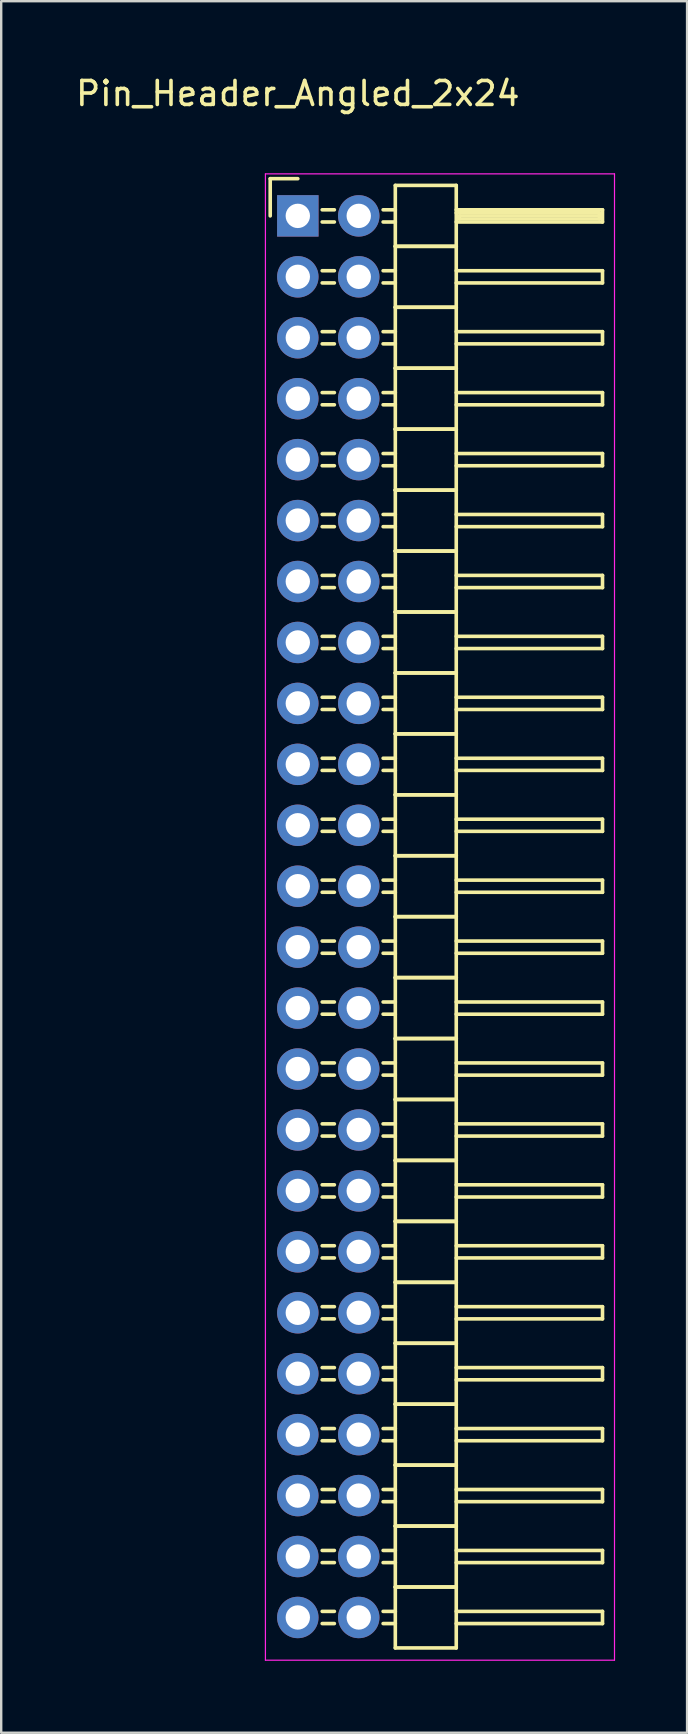
<source format=kicad_pcb>
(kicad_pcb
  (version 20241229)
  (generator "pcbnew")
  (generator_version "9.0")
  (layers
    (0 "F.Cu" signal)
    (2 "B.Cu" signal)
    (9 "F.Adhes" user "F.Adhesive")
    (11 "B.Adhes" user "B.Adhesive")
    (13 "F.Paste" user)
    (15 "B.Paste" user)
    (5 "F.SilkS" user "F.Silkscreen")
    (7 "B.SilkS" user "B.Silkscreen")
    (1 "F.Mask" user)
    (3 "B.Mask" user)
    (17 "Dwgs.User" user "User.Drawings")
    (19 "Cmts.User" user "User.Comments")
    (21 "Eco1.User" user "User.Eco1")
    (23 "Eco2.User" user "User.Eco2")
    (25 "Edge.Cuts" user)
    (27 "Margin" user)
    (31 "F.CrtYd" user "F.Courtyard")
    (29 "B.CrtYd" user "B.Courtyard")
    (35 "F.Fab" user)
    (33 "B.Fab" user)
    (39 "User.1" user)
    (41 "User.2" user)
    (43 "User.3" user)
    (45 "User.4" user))
  (footprint "Pin_Header_Angled_2x24"
    (layer "F.Cu")
    (at 9.363 5.948)
    (property "Reference" "Pin_Header_Angled_2x24" (at 0 -5.1 0) (layer "F.SilkS") (effects (font (size 1 1) (thickness 0.15))))
    (attr through_hole)
    (fp_line (start -1.15 -1.55) (end -1.15 0) (stroke (width 0.15) (type solid)) (layer "F.SilkS"))
    (fp_line (start 0 -1.55) (end -1.15 -1.55) (stroke (width 0.15) (type solid)) (layer "F.SilkS"))
    (fp_line (start 1.524 -0.254) (end 1.016 -0.254) (stroke (width 0.15) (type solid)) (layer "F.SilkS"))
    (fp_line (start 1.524 0.254) (end 1.016 0.254) (stroke (width 0.15) (type solid)) (layer "F.SilkS"))
    (fp_line (start 1.524 2.286) (end 1.016 2.286) (stroke (width 0.15) (type solid)) (layer "F.SilkS"))
    (fp_line (start 1.524 2.794) (end 1.016 2.794) (stroke (width 0.15) (type solid)) (layer "F.SilkS"))
    (fp_line (start 1.524 4.826) (end 1.016 4.826) (stroke (width 0.15) (type solid)) (layer "F.SilkS"))
    (fp_line (start 1.524 5.334) (end 1.016 5.334) (stroke (width 0.15) (type solid)) (layer "F.SilkS"))
    (fp_line (start 1.524 7.366) (end 1.016 7.366) (stroke (width 0.15) (type solid)) (layer "F.SilkS"))
    (fp_line (start 1.524 7.874) (end 1.016 7.874) (stroke (width 0.15) (type solid)) (layer "F.SilkS"))
    (fp_line (start 1.524 9.906) (end 1.016 9.906) (stroke (width 0.15) (type solid)) (layer "F.SilkS"))
    (fp_line (start 1.524 10.414) (end 1.016 10.414) (stroke (width 0.15) (type solid)) (layer "F.SilkS"))
    (fp_line (start 1.524 12.446) (end 1.016 12.446) (stroke (width 0.15) (type solid)) (layer "F.SilkS"))
    (fp_line (start 1.524 12.954) (end 1.016 12.954) (stroke (width 0.15) (type solid)) (layer "F.SilkS"))
    (fp_line (start 1.524 14.986) (end 1.016 14.986) (stroke (width 0.15) (type solid)) (layer "F.SilkS"))
    (fp_line (start 1.524 15.494) (end 1.016 15.494) (stroke (width 0.15) (type solid)) (layer "F.SilkS"))
    (fp_line (start 1.524 17.526) (end 1.016 17.526) (stroke (width 0.15) (type solid)) (layer "F.SilkS"))
    (fp_line (start 1.524 18.034) (end 1.016 18.034) (stroke (width 0.15) (type solid)) (layer "F.SilkS"))
    (fp_line (start 1.524 20.066) (end 1.016 20.066) (stroke (width 0.15) (type solid)) (layer "F.SilkS"))
    (fp_line (start 1.524 20.574) (end 1.016 20.574) (stroke (width 0.15) (type solid)) (layer "F.SilkS"))
    (fp_line (start 1.524 22.606) (end 1.016 22.606) (stroke (width 0.15) (type solid)) (layer "F.SilkS"))
    (fp_line (start 1.524 23.114) (end 1.016 23.114) (stroke (width 0.15) (type solid)) (layer "F.SilkS"))
    (fp_line (start 1.524 25.146) (end 1.016 25.146) (stroke (width 0.15) (type solid)) (layer "F.SilkS"))
    (fp_line (start 1.524 25.654) (end 1.016 25.654) (stroke (width 0.15) (type solid)) (layer "F.SilkS"))
    (fp_line (start 1.524 27.686) (end 1.016 27.686) (stroke (width 0.15) (type solid)) (layer "F.SilkS"))
    (fp_line (start 1.524 28.194) (end 1.016 28.194) (stroke (width 0.15) (type solid)) (layer "F.SilkS"))
    (fp_line (start 1.524 30.226) (end 1.016 30.226) (stroke (width 0.15) (type solid)) (layer "F.SilkS"))
    (fp_line (start 1.524 30.734) (end 1.016 30.734) (stroke (width 0.15) (type solid)) (layer "F.SilkS"))
    (fp_line (start 1.524 32.766) (end 1.016 32.766) (stroke (width 0.15) (type solid)) (layer "F.SilkS"))
    (fp_line (start 1.524 33.274) (end 1.016 33.274) (stroke (width 0.15) (type solid)) (layer "F.SilkS"))
    (fp_line (start 1.524 35.306) (end 1.016 35.306) (stroke (width 0.15) (type solid)) (layer "F.SilkS"))
    (fp_line (start 1.524 35.814) (end 1.016 35.814) (stroke (width 0.15) (type solid)) (layer "F.SilkS"))
    (fp_line (start 1.524 37.846) (end 1.016 37.846) (stroke (width 0.15) (type solid)) (layer "F.SilkS"))
    (fp_line (start 1.524 38.354) (end 1.016 38.354) (stroke (width 0.15) (type solid)) (layer "F.SilkS"))
    (fp_line (start 1.524 40.386) (end 1.016 40.386) (stroke (width 0.15) (type solid)) (layer "F.SilkS"))
    (fp_line (start 1.524 40.894) (end 1.016 40.894) (stroke (width 0.15) (type solid)) (layer "F.SilkS"))
    (fp_line (start 1.524 42.926) (end 1.016 42.926) (stroke (width 0.15) (type solid)) (layer "F.SilkS"))
    (fp_line (start 1.524 43.434) (end 1.016 43.434) (stroke (width 0.15) (type solid)) (layer "F.SilkS"))
    (fp_line (start 1.524 45.466) (end 1.016 45.466) (stroke (width 0.15) (type solid)) (layer "F.SilkS"))
    (fp_line (start 1.524 45.974) (end 1.016 45.974) (stroke (width 0.15) (type solid)) (layer "F.SilkS"))
    (fp_line (start 1.524 48.006) (end 1.016 48.006) (stroke (width 0.15) (type solid)) (layer "F.SilkS"))
    (fp_line (start 1.524 48.514) (end 1.016 48.514) (stroke (width 0.15) (type solid)) (layer "F.SilkS"))
    (fp_line (start 1.524 50.546) (end 1.016 50.546) (stroke (width 0.15) (type solid)) (layer "F.SilkS"))
    (fp_line (start 1.524 51.054) (end 1.016 51.054) (stroke (width 0.15) (type solid)) (layer "F.SilkS"))
    (fp_line (start 1.524 53.086) (end 1.016 53.086) (stroke (width 0.15) (type solid)) (layer "F.SilkS"))
    (fp_line (start 1.524 53.594) (end 1.016 53.594) (stroke (width 0.15) (type solid)) (layer "F.SilkS"))
    (fp_line (start 1.524 55.626) (end 1.016 55.626) (stroke (width 0.15) (type solid)) (layer "F.SilkS"))
    (fp_line (start 1.524 56.134) (end 1.016 56.134) (stroke (width 0.15) (type solid)) (layer "F.SilkS"))
    (fp_line (start 1.524 58.166) (end 1.016 58.166) (stroke (width 0.15) (type solid)) (layer "F.SilkS"))
    (fp_line (start 1.524 58.674) (end 1.016 58.674) (stroke (width 0.15) (type solid)) (layer "F.SilkS"))
    (fp_line (start 4.064 -1.27) (end 4.064 1.27) (stroke (width 0.15) (type solid)) (layer "F.SilkS"))
    (fp_line (start 4.064 -1.27) (end 6.604 -1.27) (stroke (width 0.15) (type solid)) (layer "F.SilkS"))
    (fp_line (start 4.064 -0.254) (end 3.556 -0.254) (stroke (width 0.15) (type solid)) (layer "F.SilkS"))
    (fp_line (start 4.064 0.254) (end 3.556 0.254) (stroke (width 0.15) (type solid)) (layer "F.SilkS"))
    (fp_line (start 4.064 1.27) (end 4.064 3.81) (stroke (width 0.15) (type solid)) (layer "F.SilkS"))
    (fp_line (start 4.064 1.27) (end 6.604 1.27) (stroke (width 0.15) (type solid)) (layer "F.SilkS"))
    (fp_line (start 4.064 1.27) (end 6.604 1.27) (stroke (width 0.15) (type solid)) (layer "F.SilkS"))
    (fp_line (start 4.064 2.286) (end 3.556 2.286) (stroke (width 0.15) (type solid)) (layer "F.SilkS"))
    (fp_line (start 4.064 2.794) (end 3.556 2.794) (stroke (width 0.15) (type solid)) (layer "F.SilkS"))
    (fp_line (start 4.064 3.81) (end 4.064 6.35) (stroke (width 0.15) (type solid)) (layer "F.SilkS"))
    (fp_line (start 4.064 3.81) (end 6.604 3.81) (stroke (width 0.15) (type solid)) (layer "F.SilkS"))
    (fp_line (start 4.064 3.81) (end 6.604 3.81) (stroke (width 0.15) (type solid)) (layer "F.SilkS"))
    (fp_line (start 4.064 4.826) (end 3.556 4.826) (stroke (width 0.15) (type solid)) (layer "F.SilkS"))
    (fp_line (start 4.064 5.334) (end 3.556 5.334) (stroke (width 0.15) (type solid)) (layer "F.SilkS"))
    (fp_line (start 4.064 6.35) (end 4.064 8.89) (stroke (width 0.15) (type solid)) (layer "F.SilkS"))
    (fp_line (start 4.064 6.35) (end 6.604 6.35) (stroke (width 0.15) (type solid)) (layer "F.SilkS"))
    (fp_line (start 4.064 6.35) (end 6.604 6.35) (stroke (width 0.15) (type solid)) (layer "F.SilkS"))
    (fp_line (start 4.064 7.366) (end 3.556 7.366) (stroke (width 0.15) (type solid)) (layer "F.SilkS"))
    (fp_line (start 4.064 7.874) (end 3.556 7.874) (stroke (width 0.15) (type solid)) (layer "F.SilkS"))
    (fp_line (start 4.064 8.89) (end 4.064 11.43) (stroke (width 0.15) (type solid)) (layer "F.SilkS"))
    (fp_line (start 4.064 8.89) (end 6.604 8.89) (stroke (width 0.15) (type solid)) (layer "F.SilkS"))
    (fp_line (start 4.064 8.89) (end 6.604 8.89) (stroke (width 0.15) (type solid)) (layer "F.SilkS"))
    (fp_line (start 4.064 9.906) (end 3.556 9.906) (stroke (width 0.15) (type solid)) (layer "F.SilkS"))
    (fp_line (start 4.064 10.414) (end 3.556 10.414) (stroke (width 0.15) (type solid)) (layer "F.SilkS"))
    (fp_line (start 4.064 11.43) (end 4.064 13.97) (stroke (width 0.15) (type solid)) (layer "F.SilkS"))
    (fp_line (start 4.064 11.43) (end 6.604 11.43) (stroke (width 0.15) (type solid)) (layer "F.SilkS"))
    (fp_line (start 4.064 11.43) (end 6.604 11.43) (stroke (width 0.15) (type solid)) (layer "F.SilkS"))
    (fp_line (start 4.064 12.446) (end 3.556 12.446) (stroke (width 0.15) (type solid)) (layer "F.SilkS"))
    (fp_line (start 4.064 12.954) (end 3.556 12.954) (stroke (width 0.15) (type solid)) (layer "F.SilkS"))
    (fp_line (start 4.064 13.97) (end 4.064 16.51) (stroke (width 0.15) (type solid)) (layer "F.SilkS"))
    (fp_line (start 4.064 13.97) (end 6.604 13.97) (stroke (width 0.15) (type solid)) (layer "F.SilkS"))
    (fp_line (start 4.064 13.97) (end 6.604 13.97) (stroke (width 0.15) (type solid)) (layer "F.SilkS"))
    (fp_line (start 4.064 14.986) (end 3.556 14.986) (stroke (width 0.15) (type solid)) (layer "F.SilkS"))
    (fp_line (start 4.064 15.494) (end 3.556 15.494) (stroke (width 0.15) (type solid)) (layer "F.SilkS"))
    (fp_line (start 4.064 16.51) (end 4.064 19.05) (stroke (width 0.15) (type solid)) (layer "F.SilkS"))
    (fp_line (start 4.064 16.51) (end 6.604 16.51) (stroke (width 0.15) (type solid)) (layer "F.SilkS"))
    (fp_line (start 4.064 16.51) (end 6.604 16.51) (stroke (width 0.15) (type solid)) (layer "F.SilkS"))
    (fp_line (start 4.064 17.526) (end 3.556 17.526) (stroke (width 0.15) (type solid)) (layer "F.SilkS"))
    (fp_line (start 4.064 18.034) (end 3.556 18.034) (stroke (width 0.15) (type solid)) (layer "F.SilkS"))
    (fp_line (start 4.064 19.05) (end 4.064 21.59) (stroke (width 0.15) (type solid)) (layer "F.SilkS"))
    (fp_line (start 4.064 19.05) (end 6.604 19.05) (stroke (width 0.15) (type solid)) (layer "F.SilkS"))
    (fp_line (start 4.064 19.05) (end 6.604 19.05) (stroke (width 0.15) (type solid)) (layer "F.SilkS"))
    (fp_line (start 4.064 20.066) (end 3.556 20.066) (stroke (width 0.15) (type solid)) (layer "F.SilkS"))
    (fp_line (start 4.064 20.574) (end 3.556 20.574) (stroke (width 0.15) (type solid)) (layer "F.SilkS"))
    (fp_line (start 4.064 21.59) (end 4.064 24.13) (stroke (width 0.15) (type solid)) (layer "F.SilkS"))
    (fp_line (start 4.064 21.59) (end 6.604 21.59) (stroke (width 0.15) (type solid)) (layer "F.SilkS"))
    (fp_line (start 4.064 21.59) (end 6.604 21.59) (stroke (width 0.15) (type solid)) (layer "F.SilkS"))
    (fp_line (start 4.064 22.606) (end 3.556 22.606) (stroke (width 0.15) (type solid)) (layer "F.SilkS"))
    (fp_line (start 4.064 23.114) (end 3.556 23.114) (stroke (width 0.15) (type solid)) (layer "F.SilkS"))
    (fp_line (start 4.064 24.13) (end 4.064 26.67) (stroke (width 0.15) (type solid)) (layer "F.SilkS"))
    (fp_line (start 4.064 24.13) (end 6.604 24.13) (stroke (width 0.15) (type solid)) (layer "F.SilkS"))
    (fp_line (start 4.064 24.13) (end 6.604 24.13) (stroke (width 0.15) (type solid)) (layer "F.SilkS"))
    (fp_line (start 4.064 25.146) (end 3.556 25.146) (stroke (width 0.15) (type solid)) (layer "F.SilkS"))
    (fp_line (start 4.064 25.654) (end 3.556 25.654) (stroke (width 0.15) (type solid)) (layer "F.SilkS"))
    (fp_line (start 4.064 26.67) (end 4.064 29.21) (stroke (width 0.15) (type solid)) (layer "F.SilkS"))
    (fp_line (start 4.064 26.67) (end 6.604 26.67) (stroke (width 0.15) (type solid)) (layer "F.SilkS"))
    (fp_line (start 4.064 26.67) (end 6.604 26.67) (stroke (width 0.15) (type solid)) (layer "F.SilkS"))
    (fp_line (start 4.064 27.686) (end 3.556 27.686) (stroke (width 0.15) (type solid)) (layer "F.SilkS"))
    (fp_line (start 4.064 28.194) (end 3.556 28.194) (stroke (width 0.15) (type solid)) (layer "F.SilkS"))
    (fp_line (start 4.064 29.21) (end 4.064 31.75) (stroke (width 0.15) (type solid)) (layer "F.SilkS"))
    (fp_line (start 4.064 29.21) (end 6.604 29.21) (stroke (width 0.15) (type solid)) (layer "F.SilkS"))
    (fp_line (start 4.064 29.21) (end 6.604 29.21) (stroke (width 0.15) (type solid)) (layer "F.SilkS"))
    (fp_line (start 4.064 30.226) (end 3.556 30.226) (stroke (width 0.15) (type solid)) (layer "F.SilkS"))
    (fp_line (start 4.064 30.734) (end 3.556 30.734) (stroke (width 0.15) (type solid)) (layer "F.SilkS"))
    (fp_line (start 4.064 31.75) (end 4.064 34.29) (stroke (width 0.15) (type solid)) (layer "F.SilkS"))
    (fp_line (start 4.064 31.75) (end 6.604 31.75) (stroke (width 0.15) (type solid)) (layer "F.SilkS"))
    (fp_line (start 4.064 31.75) (end 6.604 31.75) (stroke (width 0.15) (type solid)) (layer "F.SilkS"))
    (fp_line (start 4.064 32.766) (end 3.556 32.766) (stroke (width 0.15) (type solid)) (layer "F.SilkS"))
    (fp_line (start 4.064 33.274) (end 3.556 33.274) (stroke (width 0.15) (type solid)) (layer "F.SilkS"))
    (fp_line (start 4.064 34.29) (end 4.064 36.83) (stroke (width 0.15) (type solid)) (layer "F.SilkS"))
    (fp_line (start 4.064 34.29) (end 6.604 34.29) (stroke (width 0.15) (type solid)) (layer "F.SilkS"))
    (fp_line (start 4.064 34.29) (end 6.604 34.29) (stroke (width 0.15) (type solid)) (layer "F.SilkS"))
    (fp_line (start 4.064 35.306) (end 3.556 35.306) (stroke (width 0.15) (type solid)) (layer "F.SilkS"))
    (fp_line (start 4.064 35.814) (end 3.556 35.814) (stroke (width 0.15) (type solid)) (layer "F.SilkS"))
    (fp_line (start 4.064 36.83) (end 4.064 39.37) (stroke (width 0.15) (type solid)) (layer "F.SilkS"))
    (fp_line (start 4.064 36.83) (end 6.604 36.83) (stroke (width 0.15) (type solid)) (layer "F.SilkS"))
    (fp_line (start 4.064 36.83) (end 6.604 36.83) (stroke (width 0.15) (type solid)) (layer "F.SilkS"))
    (fp_line (start 4.064 37.846) (end 3.556 37.846) (stroke (width 0.15) (type solid)) (layer "F.SilkS"))
    (fp_line (start 4.064 38.354) (end 3.556 38.354) (stroke (width 0.15) (type solid)) (layer "F.SilkS"))
    (fp_line (start 4.064 39.37) (end 4.064 41.91) (stroke (width 0.15) (type solid)) (layer "F.SilkS"))
    (fp_line (start 4.064 39.37) (end 6.604 39.37) (stroke (width 0.15) (type solid)) (layer "F.SilkS"))
    (fp_line (start 4.064 39.37) (end 6.604 39.37) (stroke (width 0.15) (type solid)) (layer "F.SilkS"))
    (fp_line (start 4.064 40.386) (end 3.556 40.386) (stroke (width 0.15) (type solid)) (layer "F.SilkS"))
    (fp_line (start 4.064 40.894) (end 3.556 40.894) (stroke (width 0.15) (type solid)) (layer "F.SilkS"))
    (fp_line (start 4.064 41.91) (end 4.064 44.45) (stroke (width 0.15) (type solid)) (layer "F.SilkS"))
    (fp_line (start 4.064 41.91) (end 6.604 41.91) (stroke (width 0.15) (type solid)) (layer "F.SilkS"))
    (fp_line (start 4.064 41.91) (end 6.604 41.91) (stroke (width 0.15) (type solid)) (layer "F.SilkS"))
    (fp_line (start 4.064 42.926) (end 3.556 42.926) (stroke (width 0.15) (type solid)) (layer "F.SilkS"))
    (fp_line (start 4.064 43.434) (end 3.556 43.434) (stroke (width 0.15) (type solid)) (layer "F.SilkS"))
    (fp_line (start 4.064 44.45) (end 4.064 46.99) (stroke (width 0.15) (type solid)) (layer "F.SilkS"))
    (fp_line (start 4.064 44.45) (end 6.604 44.45) (stroke (width 0.15) (type solid)) (layer "F.SilkS"))
    (fp_line (start 4.064 44.45) (end 6.604 44.45) (stroke (width 0.15) (type solid)) (layer "F.SilkS"))
    (fp_line (start 4.064 45.466) (end 3.556 45.466) (stroke (width 0.15) (type solid)) (layer "F.SilkS"))
    (fp_line (start 4.064 45.974) (end 3.556 45.974) (stroke (width 0.15) (type solid)) (layer "F.SilkS"))
    (fp_line (start 4.064 46.99) (end 4.064 49.53) (stroke (width 0.15) (type solid)) (layer "F.SilkS"))
    (fp_line (start 4.064 46.99) (end 6.604 46.99) (stroke (width 0.15) (type solid)) (layer "F.SilkS"))
    (fp_line (start 4.064 46.99) (end 6.604 46.99) (stroke (width 0.15) (type solid)) (layer "F.SilkS"))
    (fp_line (start 4.064 48.006) (end 3.556 48.006) (stroke (width 0.15) (type solid)) (layer "F.SilkS"))
    (fp_line (start 4.064 48.514) (end 3.556 48.514) (stroke (width 0.15) (type solid)) (layer "F.SilkS"))
    (fp_line (start 4.064 49.53) (end 4.064 52.07) (stroke (width 0.15) (type solid)) (layer "F.SilkS"))
    (fp_line (start 4.064 49.53) (end 6.604 49.53) (stroke (width 0.15) (type solid)) (layer "F.SilkS"))
    (fp_line (start 4.064 49.53) (end 6.604 49.53) (stroke (width 0.15) (type solid)) (layer "F.SilkS"))
    (fp_line (start 4.064 50.546) (end 3.556 50.546) (stroke (width 0.15) (type solid)) (layer "F.SilkS"))
    (fp_line (start 4.064 51.054) (end 3.556 51.054) (stroke (width 0.15) (type solid)) (layer "F.SilkS"))
    (fp_line (start 4.064 52.07) (end 4.064 54.61) (stroke (width 0.15) (type solid)) (layer "F.SilkS"))
    (fp_line (start 4.064 52.07) (end 6.604 52.07) (stroke (width 0.15) (type solid)) (layer "F.SilkS"))
    (fp_line (start 4.064 52.07) (end 6.604 52.07) (stroke (width 0.15) (type solid)) (layer "F.SilkS"))
    (fp_line (start 4.064 53.086) (end 3.556 53.086) (stroke (width 0.15) (type solid)) (layer "F.SilkS"))
    (fp_line (start 4.064 53.594) (end 3.556 53.594) (stroke (width 0.15) (type solid)) (layer "F.SilkS"))
    (fp_line (start 4.064 54.61) (end 4.064 57.15) (stroke (width 0.15) (type solid)) (layer "F.SilkS"))
    (fp_line (start 4.064 54.61) (end 6.604 54.61) (stroke (width 0.15) (type solid)) (layer "F.SilkS"))
    (fp_line (start 4.064 54.61) (end 6.604 54.61) (stroke (width 0.15) (type solid)) (layer "F.SilkS"))
    (fp_line (start 4.064 55.626) (end 3.556 55.626) (stroke (width 0.15) (type solid)) (layer "F.SilkS"))
    (fp_line (start 4.064 56.134) (end 3.556 56.134) (stroke (width 0.15) (type solid)) (layer "F.SilkS"))
    (fp_line (start 4.064 57.15) (end 4.064 59.69) (stroke (width 0.15) (type solid)) (layer "F.SilkS"))
    (fp_line (start 4.064 57.15) (end 6.604 57.15) (stroke (width 0.15) (type solid)) (layer "F.SilkS"))
    (fp_line (start 4.064 57.15) (end 6.604 57.15) (stroke (width 0.15) (type solid)) (layer "F.SilkS"))
    (fp_line (start 4.064 58.166) (end 3.556 58.166) (stroke (width 0.15) (type solid)) (layer "F.SilkS"))
    (fp_line (start 4.064 58.674) (end 3.556 58.674) (stroke (width 0.15) (type solid)) (layer "F.SilkS"))
    (fp_line (start 4.064 59.69) (end 6.604 59.69) (stroke (width 0.15) (type solid)) (layer "F.SilkS"))
    (fp_line (start 6.604 -0.254) (end 12.7 -0.254) (stroke (width 0.15) (type solid)) (layer "F.SilkS"))
    (fp_line (start 6.604 -0.127) (end 12.573 -0.127) (stroke (width 0.15) (type solid)) (layer "F.SilkS"))
    (fp_line (start 6.604 1.27) (end 6.604 -1.27) (stroke (width 0.15) (type solid)) (layer "F.SilkS"))
    (fp_line (start 6.604 2.286) (end 12.7 2.286) (stroke (width 0.15) (type solid)) (layer "F.SilkS"))
    (fp_line (start 6.604 3.81) (end 6.604 1.27) (stroke (width 0.15) (type solid)) (layer "F.SilkS"))
    (fp_line (start 6.604 4.826) (end 12.7 4.826) (stroke (width 0.15) (type solid)) (layer "F.SilkS"))
    (fp_line (start 6.604 6.35) (end 6.604 3.81) (stroke (width 0.15) (type solid)) (layer "F.SilkS"))
    (fp_line (start 6.604 7.366) (end 12.7 7.366) (stroke (width 0.15) (type solid)) (layer "F.SilkS"))
    (fp_line (start 6.604 8.89) (end 6.604 6.35) (stroke (width 0.15) (type solid)) (layer "F.SilkS"))
    (fp_line (start 6.604 9.906) (end 12.7 9.906) (stroke (width 0.15) (type solid)) (layer "F.SilkS"))
    (fp_line (start 6.604 11.43) (end 6.604 8.89) (stroke (width 0.15) (type solid)) (layer "F.SilkS"))
    (fp_line (start 6.604 12.446) (end 12.7 12.446) (stroke (width 0.15) (type solid)) (layer "F.SilkS"))
    (fp_line (start 6.604 13.97) (end 6.604 11.43) (stroke (width 0.15) (type solid)) (layer "F.SilkS"))
    (fp_line (start 6.604 14.986) (end 12.7 14.986) (stroke (width 0.15) (type solid)) (layer "F.SilkS"))
    (fp_line (start 6.604 16.51) (end 6.604 13.97) (stroke (width 0.15) (type solid)) (layer "F.SilkS"))
    (fp_line (start 6.604 17.526) (end 12.7 17.526) (stroke (width 0.15) (type solid)) (layer "F.SilkS"))
    (fp_line (start 6.604 19.05) (end 6.604 16.51) (stroke (width 0.15) (type solid)) (layer "F.SilkS"))
    (fp_line (start 6.604 20.066) (end 12.7 20.066) (stroke (width 0.15) (type solid)) (layer "F.SilkS"))
    (fp_line (start 6.604 21.59) (end 6.604 19.05) (stroke (width 0.15) (type solid)) (layer "F.SilkS"))
    (fp_line (start 6.604 22.606) (end 12.7 22.606) (stroke (width 0.15) (type solid)) (layer "F.SilkS"))
    (fp_line (start 6.604 24.13) (end 6.604 21.59) (stroke (width 0.15) (type solid)) (layer "F.SilkS"))
    (fp_line (start 6.604 25.146) (end 12.7 25.146) (stroke (width 0.15) (type solid)) (layer "F.SilkS"))
    (fp_line (start 6.604 26.67) (end 6.604 24.13) (stroke (width 0.15) (type solid)) (layer "F.SilkS"))
    (fp_line (start 6.604 27.686) (end 12.7 27.686) (stroke (width 0.15) (type solid)) (layer "F.SilkS"))
    (fp_line (start 6.604 29.21) (end 6.604 26.67) (stroke (width 0.15) (type solid)) (layer "F.SilkS"))
    (fp_line (start 6.604 30.226) (end 12.7 30.226) (stroke (width 0.15) (type solid)) (layer "F.SilkS"))
    (fp_line (start 6.604 31.75) (end 6.604 29.21) (stroke (width 0.15) (type solid)) (layer "F.SilkS"))
    (fp_line (start 6.604 32.766) (end 12.7 32.766) (stroke (width 0.15) (type solid)) (layer "F.SilkS"))
    (fp_line (start 6.604 34.29) (end 6.604 31.75) (stroke (width 0.15) (type solid)) (layer "F.SilkS"))
    (fp_line (start 6.604 35.306) (end 12.7 35.306) (stroke (width 0.15) (type solid)) (layer "F.SilkS"))
    (fp_line (start 6.604 36.83) (end 6.604 34.29) (stroke (width 0.15) (type solid)) (layer "F.SilkS"))
    (fp_line (start 6.604 37.846) (end 12.7 37.846) (stroke (width 0.15) (type solid)) (layer "F.SilkS"))
    (fp_line (start 6.604 39.37) (end 6.604 36.83) (stroke (width 0.15) (type solid)) (layer "F.SilkS"))
    (fp_line (start 6.604 40.386) (end 12.7 40.386) (stroke (width 0.15) (type solid)) (layer "F.SilkS"))
    (fp_line (start 6.604 41.91) (end 6.604 39.37) (stroke (width 0.15) (type solid)) (layer "F.SilkS"))
    (fp_line (start 6.604 42.926) (end 12.7 42.926) (stroke (width 0.15) (type solid)) (layer "F.SilkS"))
    (fp_line (start 6.604 44.45) (end 6.604 41.91) (stroke (width 0.15) (type solid)) (layer "F.SilkS"))
    (fp_line (start 6.604 45.466) (end 12.7 45.466) (stroke (width 0.15) (type solid)) (layer "F.SilkS"))
    (fp_line (start 6.604 46.99) (end 6.604 44.45) (stroke (width 0.15) (type solid)) (layer "F.SilkS"))
    (fp_line (start 6.604 48.006) (end 12.7 48.006) (stroke (width 0.15) (type solid)) (layer "F.SilkS"))
    (fp_line (start 6.604 49.53) (end 6.604 46.99) (stroke (width 0.15) (type solid)) (layer "F.SilkS"))
    (fp_line (start 6.604 50.546) (end 12.7 50.546) (stroke (width 0.15) (type solid)) (layer "F.SilkS"))
    (fp_line (start 6.604 52.07) (end 6.604 49.53) (stroke (width 0.15) (type solid)) (layer "F.SilkS"))
    (fp_line (start 6.604 53.086) (end 12.7 53.086) (stroke (width 0.15) (type solid)) (layer "F.SilkS"))
    (fp_line (start 6.604 54.61) (end 6.604 52.07) (stroke (width 0.15) (type solid)) (layer "F.SilkS"))
    (fp_line (start 6.604 55.626) (end 12.7 55.626) (stroke (width 0.15) (type solid)) (layer "F.SilkS"))
    (fp_line (start 6.604 57.15) (end 6.604 54.61) (stroke (width 0.15) (type solid)) (layer "F.SilkS"))
    (fp_line (start 6.604 58.166) (end 12.7 58.166) (stroke (width 0.15) (type solid)) (layer "F.SilkS"))
    (fp_line (start 6.604 59.69) (end 6.604 57.15) (stroke (width 0.15) (type solid)) (layer "F.SilkS"))
    (fp_line (start 6.731 0) (end 12.573 0) (stroke (width 0.15) (type solid)) (layer "F.SilkS"))
    (fp_line (start 6.731 0.127) (end 6.731 0) (stroke (width 0.15) (type solid)) (layer "F.SilkS"))
    (fp_line (start 12.573 -0.127) (end 12.573 0.127) (stroke (width 0.15) (type solid)) (layer "F.SilkS"))
    (fp_line (start 12.573 0.127) (end 6.731 0.127) (stroke (width 0.15) (type solid)) (layer "F.SilkS"))
    (fp_line (start 12.7 -0.254) (end 12.7 0.254) (stroke (width 0.15) (type solid)) (layer "F.SilkS"))
    (fp_line (start 12.7 0.254) (end 6.604 0.254) (stroke (width 0.15) (type solid)) (layer "F.SilkS"))
    (fp_line (start 12.7 2.286) (end 12.7 2.794) (stroke (width 0.15) (type solid)) (layer "F.SilkS"))
    (fp_line (start 12.7 2.794) (end 6.604 2.794) (stroke (width 0.15) (type solid)) (layer "F.SilkS"))
    (fp_line (start 12.7 4.826) (end 12.7 5.334) (stroke (width 0.15) (type solid)) (layer "F.SilkS"))
    (fp_line (start 12.7 5.334) (end 6.604 5.334) (stroke (width 0.15) (type solid)) (layer "F.SilkS"))
    (fp_line (start 12.7 7.366) (end 12.7 7.874) (stroke (width 0.15) (type solid)) (layer "F.SilkS"))
    (fp_line (start 12.7 7.874) (end 6.604 7.874) (stroke (width 0.15) (type solid)) (layer "F.SilkS"))
    (fp_line (start 12.7 9.906) (end 12.7 10.414) (stroke (width 0.15) (type solid)) (layer "F.SilkS"))
    (fp_line (start 12.7 10.414) (end 6.604 10.414) (stroke (width 0.15) (type solid)) (layer "F.SilkS"))
    (fp_line (start 12.7 12.446) (end 12.7 12.954) (stroke (width 0.15) (type solid)) (layer "F.SilkS"))
    (fp_line (start 12.7 12.954) (end 6.604 12.954) (stroke (width 0.15) (type solid)) (layer "F.SilkS"))
    (fp_line (start 12.7 14.986) (end 12.7 15.494) (stroke (width 0.15) (type solid)) (layer "F.SilkS"))
    (fp_line (start 12.7 15.494) (end 6.604 15.494) (stroke (width 0.15) (type solid)) (layer "F.SilkS"))
    (fp_line (start 12.7 17.526) (end 12.7 18.034) (stroke (width 0.15) (type solid)) (layer "F.SilkS"))
    (fp_line (start 12.7 18.034) (end 6.604 18.034) (stroke (width 0.15) (type solid)) (layer "F.SilkS"))
    (fp_line (start 12.7 20.066) (end 12.7 20.574) (stroke (width 0.15) (type solid)) (layer "F.SilkS"))
    (fp_line (start 12.7 20.574) (end 6.604 20.574) (stroke (width 0.15) (type solid)) (layer "F.SilkS"))
    (fp_line (start 12.7 22.606) (end 12.7 23.114) (stroke (width 0.15) (type solid)) (layer "F.SilkS"))
    (fp_line (start 12.7 23.114) (end 6.604 23.114) (stroke (width 0.15) (type solid)) (layer "F.SilkS"))
    (fp_line (start 12.7 25.146) (end 12.7 25.654) (stroke (width 0.15) (type solid)) (layer "F.SilkS"))
    (fp_line (start 12.7 25.654) (end 6.604 25.654) (stroke (width 0.15) (type solid)) (layer "F.SilkS"))
    (fp_line (start 12.7 27.686) (end 12.7 28.194) (stroke (width 0.15) (type solid)) (layer "F.SilkS"))
    (fp_line (start 12.7 28.194) (end 6.604 28.194) (stroke (width 0.15) (type solid)) (layer "F.SilkS"))
    (fp_line (start 12.7 30.226) (end 12.7 30.734) (stroke (width 0.15) (type solid)) (layer "F.SilkS"))
    (fp_line (start 12.7 30.734) (end 6.604 30.734) (stroke (width 0.15) (type solid)) (layer "F.SilkS"))
    (fp_line (start 12.7 32.766) (end 12.7 33.274) (stroke (width 0.15) (type solid)) (layer "F.SilkS"))
    (fp_line (start 12.7 33.274) (end 6.604 33.274) (stroke (width 0.15) (type solid)) (layer "F.SilkS"))
    (fp_line (start 12.7 35.306) (end 12.7 35.814) (stroke (width 0.15) (type solid)) (layer "F.SilkS"))
    (fp_line (start 12.7 35.814) (end 6.604 35.814) (stroke (width 0.15) (type solid)) (layer "F.SilkS"))
    (fp_line (start 12.7 37.846) (end 12.7 38.354) (stroke (width 0.15) (type solid)) (layer "F.SilkS"))
    (fp_line (start 12.7 38.354) (end 6.604 38.354) (stroke (width 0.15) (type solid)) (layer "F.SilkS"))
    (fp_line (start 12.7 40.386) (end 12.7 40.894) (stroke (width 0.15) (type solid)) (layer "F.SilkS"))
    (fp_line (start 12.7 40.894) (end 6.604 40.894) (stroke (width 0.15) (type solid)) (layer "F.SilkS"))
    (fp_line (start 12.7 42.926) (end 12.7 43.434) (stroke (width 0.15) (type solid)) (layer "F.SilkS"))
    (fp_line (start 12.7 43.434) (end 6.604 43.434) (stroke (width 0.15) (type solid)) (layer "F.SilkS"))
    (fp_line (start 12.7 45.466) (end 12.7 45.974) (stroke (width 0.15) (type solid)) (layer "F.SilkS"))
    (fp_line (start 12.7 45.974) (end 6.604 45.974) (stroke (width 0.15) (type solid)) (layer "F.SilkS"))
    (fp_line (start 12.7 48.006) (end 12.7 48.514) (stroke (width 0.15) (type solid)) (layer "F.SilkS"))
    (fp_line (start 12.7 48.514) (end 6.604 48.514) (stroke (width 0.15) (type solid)) (layer "F.SilkS"))
    (fp_line (start 12.7 50.546) (end 12.7 51.054) (stroke (width 0.15) (type solid)) (layer "F.SilkS"))
    (fp_line (start 12.7 51.054) (end 6.604 51.054) (stroke (width 0.15) (type solid)) (layer "F.SilkS"))
    (fp_line (start 12.7 53.086) (end 12.7 53.594) (stroke (width 0.15) (type solid)) (layer "F.SilkS"))
    (fp_line (start 12.7 53.594) (end 6.604 53.594) (stroke (width 0.15) (type solid)) (layer "F.SilkS"))
    (fp_line (start 12.7 55.626) (end 12.7 56.134) (stroke (width 0.15) (type solid)) (layer "F.SilkS"))
    (fp_line (start 12.7 56.134) (end 6.604 56.134) (stroke (width 0.15) (type solid)) (layer "F.SilkS"))
    (fp_line (start 12.7 58.166) (end 12.7 58.674) (stroke (width 0.15) (type solid)) (layer "F.SilkS"))
    (fp_line (start 12.7 58.674) (end 6.604 58.674) (stroke (width 0.15) (type solid)) (layer "F.SilkS"))
    (fp_line (start -1.35 -1.75) (end -1.35 60.2) (stroke (width 0.05) (type solid)) (layer "F.CrtYd"))
    (fp_line (start -1.35 -1.75) (end 13.2 -1.75) (stroke (width 0.05) (type solid)) (layer "F.CrtYd"))
    (fp_line (start -1.35 60.2) (end 13.2 60.2) (stroke (width 0.05) (type solid)) (layer "F.CrtYd"))
    (fp_line (start 13.2 -1.75) (end 13.2 60.2) (stroke (width 0.05) (type solid)) (layer "F.CrtYd"))
    (pad "1" thru_hole rect (at 0 0) (size 1.727 1.727) (drill 1.016) (layers "*.Cu" "*.Mask"))
    (pad "2" thru_hole oval (at 2.54 0) (size 1.727 1.727) (drill 1.016) (layers "*.Cu" "*.Mask"))
    (pad "3" thru_hole oval (at 0 2.54) (size 1.727 1.727) (drill 1.016) (layers "*.Cu" "*.Mask"))
    (pad "4" thru_hole oval (at 2.54 2.54) (size 1.727 1.727) (drill 1.016) (layers "*.Cu" "*.Mask"))
    (pad "5" thru_hole oval (at 0 5.08) (size 1.727 1.727) (drill 1.016) (layers "*.Cu" "*.Mask"))
    (pad "6" thru_hole oval (at 2.54 5.08) (size 1.727 1.727) (drill 1.016) (layers "*.Cu" "*.Mask"))
    (pad "7" thru_hole oval (at 0 7.62) (size 1.727 1.727) (drill 1.016) (layers "*.Cu" "*.Mask"))
    (pad "8" thru_hole oval (at 2.54 7.62) (size 1.727 1.727) (drill 1.016) (layers "*.Cu" "*.Mask"))
    (pad "9" thru_hole oval (at 0 10.16) (size 1.727 1.727) (drill 1.016) (layers "*.Cu" "*.Mask"))
    (pad "10" thru_hole oval (at 2.54 10.16) (size 1.727 1.727) (drill 1.016) (layers "*.Cu" "*.Mask"))
    (pad "11" thru_hole oval (at 0 12.7) (size 1.727 1.727) (drill 1.016) (layers "*.Cu" "*.Mask"))
    (pad "12" thru_hole oval (at 2.54 12.7) (size 1.727 1.727) (drill 1.016) (layers "*.Cu" "*.Mask"))
    (pad "13" thru_hole oval (at 0 15.24) (size 1.727 1.727) (drill 1.016) (layers "*.Cu" "*.Mask"))
    (pad "14" thru_hole oval (at 2.54 15.24) (size 1.727 1.727) (drill 1.016) (layers "*.Cu" "*.Mask"))
    (pad "15" thru_hole oval (at 0 17.78) (size 1.727 1.727) (drill 1.016) (layers "*.Cu" "*.Mask"))
    (pad "16" thru_hole oval (at 2.54 17.78) (size 1.727 1.727) (drill 1.016) (layers "*.Cu" "*.Mask"))
    (pad "17" thru_hole oval (at 0 20.32) (size 1.727 1.727) (drill 1.016) (layers "*.Cu" "*.Mask"))
    (pad "18" thru_hole oval (at 2.54 20.32) (size 1.727 1.727) (drill 1.016) (layers "*.Cu" "*.Mask"))
    (pad "19" thru_hole oval (at 0 22.86) (size 1.727 1.727) (drill 1.016) (layers "*.Cu" "*.Mask"))
    (pad "20" thru_hole oval (at 2.54 22.86) (size 1.727 1.727) (drill 1.016) (layers "*.Cu" "*.Mask"))
    (pad "21" thru_hole oval (at 0 25.4) (size 1.727 1.727) (drill 1.016) (layers "*.Cu" "*.Mask"))
    (pad "22" thru_hole oval (at 2.54 25.4) (size 1.727 1.727) (drill 1.016) (layers "*.Cu" "*.Mask"))
    (pad "23" thru_hole oval (at 0 27.94) (size 1.727 1.727) (drill 1.016) (layers "*.Cu" "*.Mask"))
    (pad "24" thru_hole oval (at 2.54 27.94) (size 1.727 1.727) (drill 1.016) (layers "*.Cu" "*.Mask"))
    (pad "25" thru_hole oval (at 0 30.48) (size 1.727 1.727) (drill 1.016) (layers "*.Cu" "*.Mask"))
    (pad "26" thru_hole oval (at 2.54 30.48) (size 1.727 1.727) (drill 1.016) (layers "*.Cu" "*.Mask"))
    (pad "27" thru_hole oval (at 0 33.02) (size 1.727 1.727) (drill 1.016) (layers "*.Cu" "*.Mask"))
    (pad "28" thru_hole oval (at 2.54 33.02) (size 1.727 1.727) (drill 1.016) (layers "*.Cu" "*.Mask"))
    (pad "29" thru_hole oval (at 0 35.56) (size 1.727 1.727) (drill 1.016) (layers "*.Cu" "*.Mask"))
    (pad "30" thru_hole oval (at 2.54 35.56) (size 1.727 1.727) (drill 1.016) (layers "*.Cu" "*.Mask"))
    (pad "31" thru_hole oval (at 0 38.1) (size 1.727 1.727) (drill 1.016) (layers "*.Cu" "*.Mask"))
    (pad "32" thru_hole oval (at 2.54 38.1) (size 1.727 1.727) (drill 1.016) (layers "*.Cu" "*.Mask"))
    (pad "33" thru_hole oval (at 0 40.64) (size 1.727 1.727) (drill 1.016) (layers "*.Cu" "*.Mask"))
    (pad "34" thru_hole oval (at 2.54 40.64) (size 1.727 1.727) (drill 1.016) (layers "*.Cu" "*.Mask"))
    (pad "35" thru_hole oval (at 0 43.18) (size 1.727 1.727) (drill 1.016) (layers "*.Cu" "*.Mask"))
    (pad "36" thru_hole oval (at 2.54 43.18) (size 1.727 1.727) (drill 1.016) (layers "*.Cu" "*.Mask"))
    (pad "37" thru_hole oval (at 0 45.72) (size 1.727 1.727) (drill 1.016) (layers "*.Cu" "*.Mask"))
    (pad "38" thru_hole oval (at 2.54 45.72) (size 1.727 1.727) (drill 1.016) (layers "*.Cu" "*.Mask"))
    (pad "39" thru_hole oval (at 0 48.26) (size 1.727 1.727) (drill 1.016) (layers "*.Cu" "*.Mask"))
    (pad "40" thru_hole oval (at 2.54 48.26) (size 1.727 1.727) (drill 1.016) (layers "*.Cu" "*.Mask"))
    (pad "41" thru_hole oval (at 0 50.8) (size 1.727 1.727) (drill 1.016) (layers "*.Cu" "*.Mask"))
    (pad "42" thru_hole oval (at 2.54 50.8) (size 1.727 1.727) (drill 1.016) (layers "*.Cu" "*.Mask"))
    (pad "43" thru_hole oval (at 0 53.34) (size 1.727 1.727) (drill 1.016) (layers "*.Cu" "*.Mask"))
    (pad "44" thru_hole oval (at 2.54 53.34) (size 1.727 1.727) (drill 1.016) (layers "*.Cu" "*.Mask"))
    (pad "45" thru_hole oval (at 0 55.88) (size 1.727 1.727) (drill 1.016) (layers "*.Cu" "*.Mask"))
    (pad "46" thru_hole oval (at 2.54 55.88) (size 1.727 1.727) (drill 1.016) (layers "*.Cu" "*.Mask"))
    (pad "47" thru_hole oval (at 0 58.42) (size 1.727 1.727) (drill 1.016) (layers "*.Cu" "*.Mask"))
    (pad "48" thru_hole oval (at 2.54 58.42) (size 1.727 1.727) (drill 1.016) (layers "*.Cu" "*.Mask")))
  (gr_rect
    (start -3 -3)
    (end 25.588 69.173)
    (stroke (width 0.1) (type default))
    (fill no)
    (layer "Edge.Cuts")))
</source>
